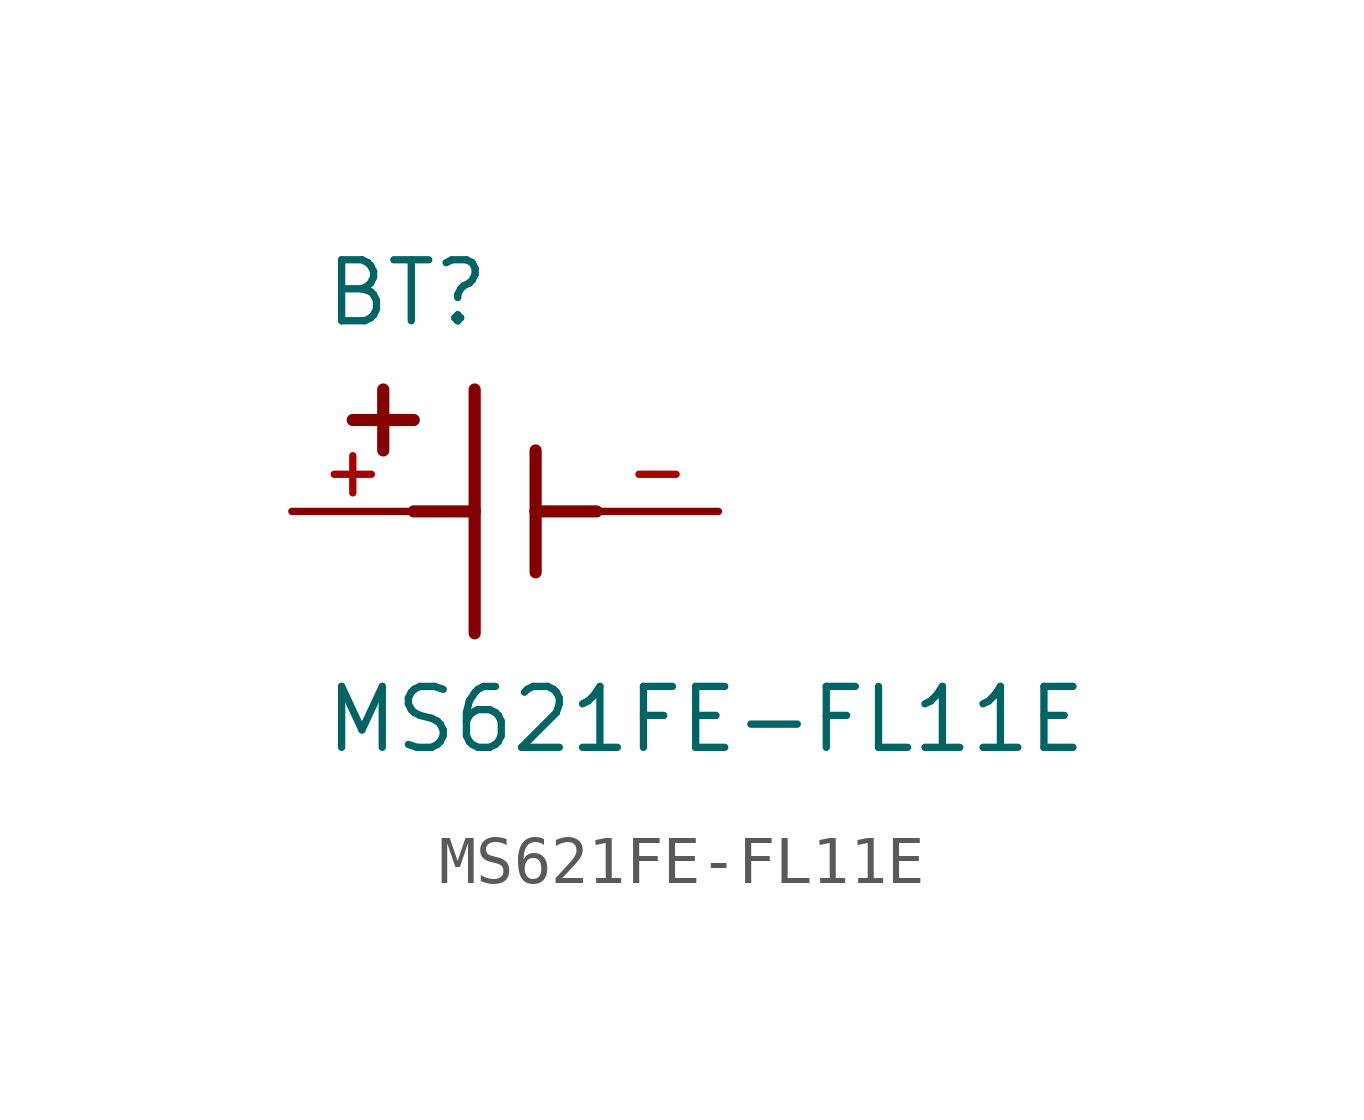
<source format=kicad_sym>
(kicad_symbol_lib
  (version 20211014)
  (generator kicad_symbol_editor)
  (symbol "MS621FE-FL11E"
    (pin_names
      (offset 1.016) hide)
    (property "Reference" "BT"
      (at -3.81 3.81 0)
      (effects (font (size 1.27 1.27)) (justify left bottom)))
    (property "Value" "MS621FE-FL11E"
      (at -3.81 -5.08 0)
      (effects (font (size 1.27 1.27)) (justify left bottom)))
    (property "ki_locked" ""
      (at 0 0 0)
      (effects (font (size 1.27 1.27))))
    (symbol "MS621FE-FL11E_0_0"
      (polyline (pts (xy -3.175 1.905) (xy -1.905 1.905)) (stroke (width 0.254) (type default) (color 0 0 0 0)) (fill (type none)))
      (polyline (pts (xy -2.54 2.54) (xy -2.54 1.27)) (stroke (width 0.254) (type default) (color 0 0 0 0)) (fill (type none)))
      (polyline (pts (xy -0.635 0) (xy -1.905 0)) (stroke (width 0.254) (type default) (color 0 0 0 0)) (fill (type none)))
      (polyline (pts (xy -0.635 0) (xy -0.635 -2.54)) (stroke (width 0.254) (type default) (color 0 0 0 0)) (fill (type none)))
      (polyline (pts (xy -0.635 2.54) (xy -0.635 0)) (stroke (width 0.254) (type default) (color 0 0 0 0)) (fill (type none)))
      (polyline (pts (xy 0.635 0) (xy 0.635 -1.27)) (stroke (width 0.254) (type default) (color 0 0 0 0)) (fill (type none)))
      (polyline (pts (xy 0.635 0) (xy 1.905 0)) (stroke (width 0.254) (type default) (color 0 0 0 0)) (fill (type none)))
      (polyline (pts (xy 0.635 1.27) (xy 0.635 0)) (stroke (width 0.254) (type default) (color 0 0 0 0)) (fill (type none)))
      (pin passive line (at -4.445 0 0) (length 2.54) (name "r~" (effects (font (size 1.016 1.016)))) (number "+" (effects (font (size 1.016 1.016)))))
      (pin passive line (at 4.445 0 180) (length 2.54) (name "~" (effects (font (size 1.016 1.016)))) (number "-" (effects (font (size 1.016 1.016))))))))
</source>
